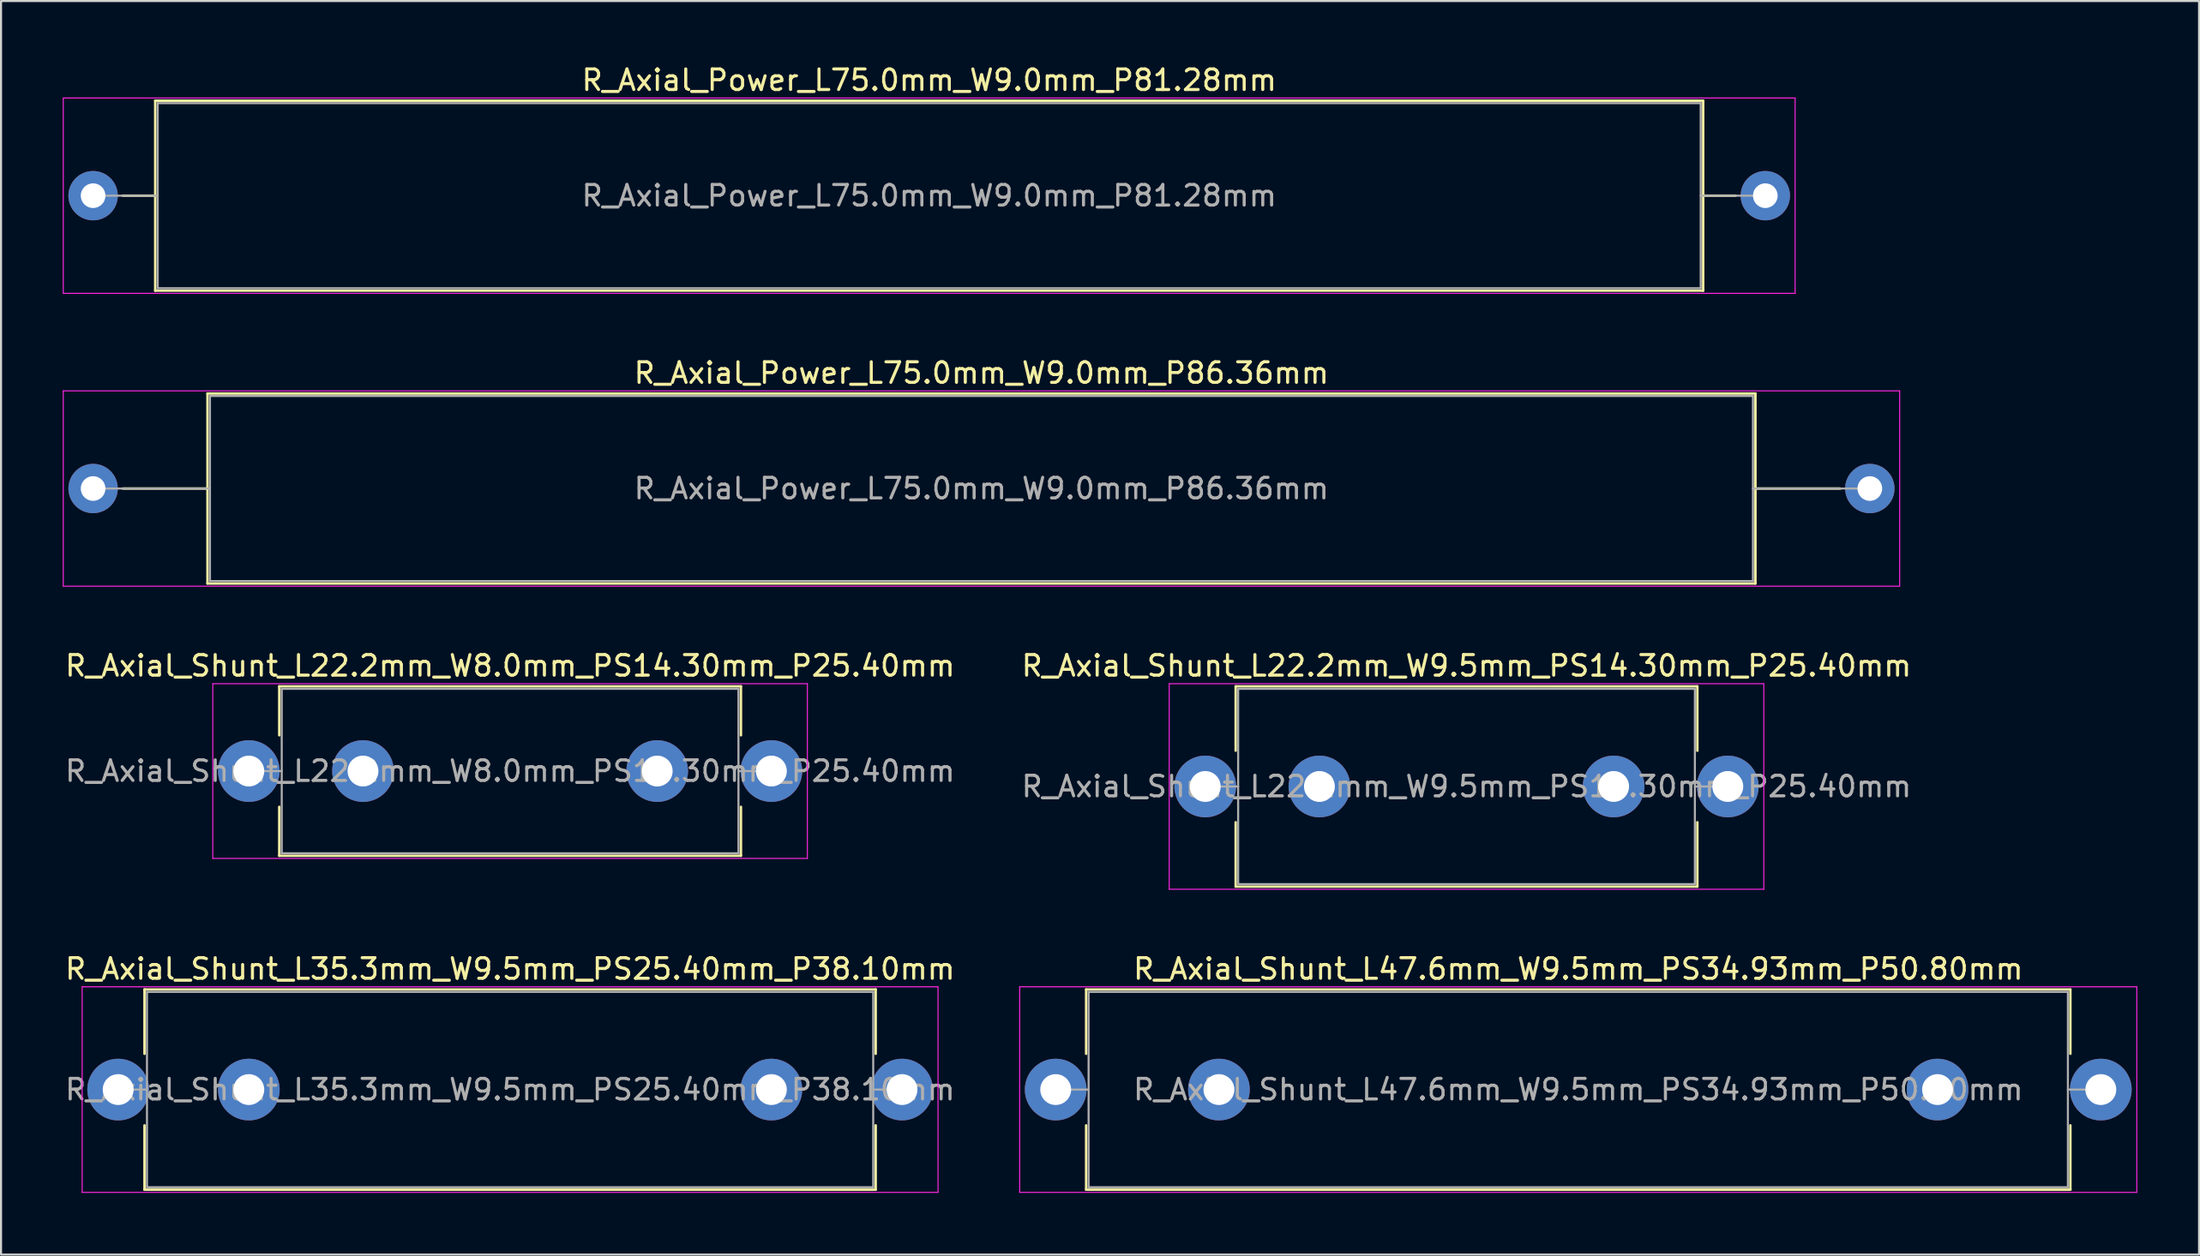
<source format=kicad_pcb>
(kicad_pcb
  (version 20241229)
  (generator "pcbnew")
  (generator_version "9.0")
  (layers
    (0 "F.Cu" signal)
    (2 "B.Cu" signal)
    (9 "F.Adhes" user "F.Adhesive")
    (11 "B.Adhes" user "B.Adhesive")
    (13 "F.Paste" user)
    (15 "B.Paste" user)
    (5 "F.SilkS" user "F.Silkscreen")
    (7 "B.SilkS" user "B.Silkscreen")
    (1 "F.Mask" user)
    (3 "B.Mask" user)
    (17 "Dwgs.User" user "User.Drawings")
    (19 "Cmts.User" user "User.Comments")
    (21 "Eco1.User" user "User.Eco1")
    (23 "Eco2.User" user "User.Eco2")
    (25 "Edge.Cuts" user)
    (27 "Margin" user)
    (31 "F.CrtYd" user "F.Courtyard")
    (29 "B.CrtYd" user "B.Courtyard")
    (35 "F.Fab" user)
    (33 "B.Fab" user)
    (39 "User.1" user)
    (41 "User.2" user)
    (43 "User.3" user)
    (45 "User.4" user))
  (footprint "R_Axial_Power_L75.0mm_W9.0mm_P81.28mm"
    (layer "F.Cu")
    (at 1.475 6.468)
    (property "Reference" "R_Axial_Power_L75.0mm_W9.0mm_P81.28mm" (at 40.64 -5.62 0) (layer "F.SilkS") (effects (font (size 1 1) (thickness 0.15))))
    (attr through_hole)
    (fp_line (start 1.44 0) (end 3.02 0) (stroke (width 0.12) (type solid)) (layer "F.SilkS"))
    (fp_line (start 3.02 -4.62) (end 3.02 4.62) (stroke (width 0.12) (type solid)) (layer "F.SilkS"))
    (fp_line (start 3.02 4.62) (end 78.26 4.62) (stroke (width 0.12) (type solid)) (layer "F.SilkS"))
    (fp_line (start 78.26 -4.62) (end 3.02 -4.62) (stroke (width 0.12) (type solid)) (layer "F.SilkS"))
    (fp_line (start 78.26 4.62) (end 78.26 -4.62) (stroke (width 0.12) (type solid)) (layer "F.SilkS"))
    (fp_line (start 79.84 0) (end 78.26 0) (stroke (width 0.12) (type solid)) (layer "F.SilkS"))
    (fp_line (start -1.45 -4.75) (end -1.45 4.75) (stroke (width 0.05) (type solid)) (layer "F.CrtYd"))
    (fp_line (start -1.45 4.75) (end 82.73 4.75) (stroke (width 0.05) (type solid)) (layer "F.CrtYd"))
    (fp_line (start 82.73 -4.75) (end -1.45 -4.75) (stroke (width 0.05) (type solid)) (layer "F.CrtYd"))
    (fp_line (start 82.73 4.75) (end 82.73 -4.75) (stroke (width 0.05) (type solid)) (layer "F.CrtYd"))
    (fp_line (start 0 0) (end 3.14 0) (stroke (width 0.1) (type solid)) (layer "F.Fab"))
    (fp_line (start 3.14 -4.5) (end 3.14 4.5) (stroke (width 0.1) (type solid)) (layer "F.Fab"))
    (fp_line (start 3.14 4.5) (end 78.14 4.5) (stroke (width 0.1) (type solid)) (layer "F.Fab"))
    (fp_line (start 78.14 -4.5) (end 3.14 -4.5) (stroke (width 0.1) (type solid)) (layer "F.Fab"))
    (fp_line (start 78.14 4.5) (end 78.14 -4.5) (stroke (width 0.1) (type solid)) (layer "F.Fab"))
    (fp_line (start 81.28 0) (end 78.14 0) (stroke (width 0.1) (type solid)) (layer "F.Fab"))
    (fp_text user "${REFERENCE}" (at 40.64 0 0) (layer "F.Fab") (effects (font (size 1 1) (thickness 0.15))))
    (pad "1" thru_hole circle (at 0 0) (size 2.4 2.4) (drill 1.2) (layers "*.Cu" "*.Mask"))
    (pad "2" thru_hole oval (at 81.28 0) (size 2.4 2.4) (drill 1.2) (layers "*.Cu" "*.Mask")))
  (footprint "R_Axial_Power_L75.0mm_W9.0mm_P86.36mm"
    (layer "F.Cu")
    (at 1.475 20.712)
    (property "Reference" "R_Axial_Power_L75.0mm_W9.0mm_P86.36mm" (at 43.18 -5.62 0) (layer "F.SilkS") (effects (font (size 1 1) (thickness 0.15))))
    (attr through_hole)
    (fp_line (start 1.44 0) (end 5.56 0) (stroke (width 0.12) (type solid)) (layer "F.SilkS"))
    (fp_line (start 5.56 -4.62) (end 5.56 4.62) (stroke (width 0.12) (type solid)) (layer "F.SilkS"))
    (fp_line (start 5.56 4.62) (end 80.8 4.62) (stroke (width 0.12) (type solid)) (layer "F.SilkS"))
    (fp_line (start 80.8 -4.62) (end 5.56 -4.62) (stroke (width 0.12) (type solid)) (layer "F.SilkS"))
    (fp_line (start 80.8 4.62) (end 80.8 -4.62) (stroke (width 0.12) (type solid)) (layer "F.SilkS"))
    (fp_line (start 84.92 0) (end 80.8 0) (stroke (width 0.12) (type solid)) (layer "F.SilkS"))
    (fp_line (start -1.45 -4.75) (end -1.45 4.75) (stroke (width 0.05) (type solid)) (layer "F.CrtYd"))
    (fp_line (start -1.45 4.75) (end 87.81 4.75) (stroke (width 0.05) (type solid)) (layer "F.CrtYd"))
    (fp_line (start 87.81 -4.75) (end -1.45 -4.75) (stroke (width 0.05) (type solid)) (layer "F.CrtYd"))
    (fp_line (start 87.81 4.75) (end 87.81 -4.75) (stroke (width 0.05) (type solid)) (layer "F.CrtYd"))
    (fp_line (start 0 0) (end 5.68 0) (stroke (width 0.1) (type solid)) (layer "F.Fab"))
    (fp_line (start 5.68 -4.5) (end 5.68 4.5) (stroke (width 0.1) (type solid)) (layer "F.Fab"))
    (fp_line (start 5.68 4.5) (end 80.68 4.5) (stroke (width 0.1) (type solid)) (layer "F.Fab"))
    (fp_line (start 80.68 -4.5) (end 5.68 -4.5) (stroke (width 0.1) (type solid)) (layer "F.Fab"))
    (fp_line (start 80.68 4.5) (end 80.68 -4.5) (stroke (width 0.1) (type solid)) (layer "F.Fab"))
    (fp_line (start 86.36 0) (end 80.68 0) (stroke (width 0.1) (type solid)) (layer "F.Fab"))
    (fp_text user "${REFERENCE}" (at 43.18 0 0) (layer "F.Fab") (effects (font (size 1 1) (thickness 0.15))))
    (pad "1" thru_hole circle (at 0 0) (size 2.4 2.4) (drill 1.2) (layers "*.Cu" "*.Mask"))
    (pad "2" thru_hole oval (at 86.36 0) (size 2.4 2.4) (drill 1.2) (layers "*.Cu" "*.Mask")))
  (footprint "R_Axial_Shunt_L22.2mm_W9.5mm_PS14.30mm_P25.40mm"
    (layer "F.Cu")
    (at 55.532 35.205)
    (property "Reference" "R_Axial_Shunt_L22.2mm_W9.5mm_PS14.30mm_P25.40mm" (at 12.7 -5.87 0) (layer "F.SilkS") (effects (font (size 1 1) (thickness 0.15))))
    (attr through_hole)
    (fp_line (start 1.48 -4.87) (end 23.92 -4.87) (stroke (width 0.12) (type solid)) (layer "F.SilkS"))
    (fp_line (start 1.48 -1.74) (end 1.48 -4.87) (stroke (width 0.12) (type solid)) (layer "F.SilkS"))
    (fp_line (start 1.48 1.74) (end 1.48 4.87) (stroke (width 0.12) (type solid)) (layer "F.SilkS"))
    (fp_line (start 1.48 4.87) (end 23.92 4.87) (stroke (width 0.12) (type solid)) (layer "F.SilkS"))
    (fp_line (start 23.92 -4.87) (end 23.92 -1.74) (stroke (width 0.12) (type solid)) (layer "F.SilkS"))
    (fp_line (start 23.92 4.87) (end 23.92 1.74) (stroke (width 0.12) (type solid)) (layer "F.SilkS"))
    (fp_line (start -1.75 -5) (end -1.75 5) (stroke (width 0.05) (type solid)) (layer "F.CrtYd"))
    (fp_line (start -1.75 5) (end 27.15 5) (stroke (width 0.05) (type solid)) (layer "F.CrtYd"))
    (fp_line (start 27.15 -5) (end -1.75 -5) (stroke (width 0.05) (type solid)) (layer "F.CrtYd"))
    (fp_line (start 27.15 5) (end 27.15 -5) (stroke (width 0.05) (type solid)) (layer "F.CrtYd"))
    (fp_line (start 0 0) (end 1.6 0) (stroke (width 0.1) (type solid)) (layer "F.Fab"))
    (fp_line (start 1.6 -4.75) (end 1.6 4.75) (stroke (width 0.1) (type solid)) (layer "F.Fab"))
    (fp_line (start 1.6 4.75) (end 23.8 4.75) (stroke (width 0.1) (type solid)) (layer "F.Fab"))
    (fp_line (start 23.8 -4.75) (end 1.6 -4.75) (stroke (width 0.1) (type solid)) (layer "F.Fab"))
    (fp_line (start 23.8 4.75) (end 23.8 -4.75) (stroke (width 0.1) (type solid)) (layer "F.Fab"))
    (fp_line (start 25.4 0) (end 23.8 0) (stroke (width 0.1) (type solid)) (layer "F.Fab"))
    (fp_text user "${REFERENCE}" (at 12.7 0 0) (layer "F.Fab") (effects (font (size 1 1) (thickness 0.15))))
    (pad "1" thru_hole circle (at 0 0) (size 3 3) (drill 1.5) (layers "*.Cu" "*.Mask"))
    (pad "2" thru_hole oval (at 5.55 0) (size 3 3) (drill 1.5) (layers "*.Cu" "*.Mask"))
    (pad "3" thru_hole oval (at 19.85 0) (size 3 3) (drill 1.5) (layers "*.Cu" "*.Mask"))
    (pad "4" thru_hole oval (at 25.4 0) (size 3 3) (drill 1.5) (layers "*.Cu" "*.Mask")))
  (footprint "R_Axial_Shunt_L47.6mm_W9.5mm_PS34.93mm_P50.80mm"
    (layer "F.Cu")
    (at 48.263 49.948)
    (property "Reference" "R_Axial_Shunt_L47.6mm_W9.5mm_PS34.93mm_P50.80mm" (at 25.4 -5.87 0) (layer "F.SilkS") (effects (font (size 1 1) (thickness 0.15))))
    (attr through_hole)
    (fp_line (start 1.48 -4.87) (end 49.32 -4.87) (stroke (width 0.12) (type solid)) (layer "F.SilkS"))
    (fp_line (start 1.48 -1.74) (end 1.48 -4.87) (stroke (width 0.12) (type solid)) (layer "F.SilkS"))
    (fp_line (start 1.48 1.74) (end 1.48 4.87) (stroke (width 0.12) (type solid)) (layer "F.SilkS"))
    (fp_line (start 1.48 4.87) (end 49.32 4.87) (stroke (width 0.12) (type solid)) (layer "F.SilkS"))
    (fp_line (start 49.32 -4.87) (end 49.32 -1.74) (stroke (width 0.12) (type solid)) (layer "F.SilkS"))
    (fp_line (start 49.32 4.87) (end 49.32 1.74) (stroke (width 0.12) (type solid)) (layer "F.SilkS"))
    (fp_line (start -1.75 -5) (end -1.75 5) (stroke (width 0.05) (type solid)) (layer "F.CrtYd"))
    (fp_line (start -1.75 5) (end 52.55 5) (stroke (width 0.05) (type solid)) (layer "F.CrtYd"))
    (fp_line (start 52.55 -5) (end -1.75 -5) (stroke (width 0.05) (type solid)) (layer "F.CrtYd"))
    (fp_line (start 52.55 5) (end 52.55 -5) (stroke (width 0.05) (type solid)) (layer "F.CrtYd"))
    (fp_line (start 0 0) (end 1.6 0) (stroke (width 0.1) (type solid)) (layer "F.Fab"))
    (fp_line (start 1.6 -4.75) (end 1.6 4.75) (stroke (width 0.1) (type solid)) (layer "F.Fab"))
    (fp_line (start 1.6 4.75) (end 49.2 4.75) (stroke (width 0.1) (type solid)) (layer "F.Fab"))
    (fp_line (start 49.2 -4.75) (end 1.6 -4.75) (stroke (width 0.1) (type solid)) (layer "F.Fab"))
    (fp_line (start 49.2 4.75) (end 49.2 -4.75) (stroke (width 0.1) (type solid)) (layer "F.Fab"))
    (fp_line (start 50.8 0) (end 49.2 0) (stroke (width 0.1) (type solid)) (layer "F.Fab"))
    (fp_text user "${REFERENCE}" (at 25.4 0 0) (layer "F.Fab") (effects (font (size 1 1) (thickness 0.15))))
    (pad "1" thru_hole circle (at 0 0) (size 3 3) (drill 1.5) (layers "*.Cu" "*.Mask"))
    (pad "2" thru_hole oval (at 7.935 0) (size 3 3) (drill 1.5) (layers "*.Cu" "*.Mask"))
    (pad "3" thru_hole oval (at 42.865 0) (size 3 3) (drill 1.5) (layers "*.Cu" "*.Mask"))
    (pad "4" thru_hole oval (at 50.8 0) (size 3 3) (drill 1.5) (layers "*.Cu" "*.Mask")))
  (footprint "R_Axial_Shunt_L35.3mm_W9.5mm_PS25.40mm_P38.10mm"
    (layer "F.Cu")
    (at 2.694 49.948)
    (property "Reference" "R_Axial_Shunt_L35.3mm_W9.5mm_PS25.40mm_P38.10mm" (at 19.05 -5.87 0) (layer "F.SilkS") (effects (font (size 1 1) (thickness 0.15))))
    (attr through_hole)
    (fp_line (start 1.28 -4.87) (end 36.82 -4.87) (stroke (width 0.12) (type solid)) (layer "F.SilkS"))
    (fp_line (start 1.28 -1.74) (end 1.28 -4.87) (stroke (width 0.12) (type solid)) (layer "F.SilkS"))
    (fp_line (start 1.28 1.74) (end 1.28 4.87) (stroke (width 0.12) (type solid)) (layer "F.SilkS"))
    (fp_line (start 1.28 4.87) (end 36.82 4.87) (stroke (width 0.12) (type solid)) (layer "F.SilkS"))
    (fp_line (start 36.82 -4.87) (end 36.82 -1.74) (stroke (width 0.12) (type solid)) (layer "F.SilkS"))
    (fp_line (start 36.82 4.87) (end 36.82 1.74) (stroke (width 0.12) (type solid)) (layer "F.SilkS"))
    (fp_line (start -1.75 -5) (end -1.75 5) (stroke (width 0.05) (type solid)) (layer "F.CrtYd"))
    (fp_line (start -1.75 5) (end 39.85 5) (stroke (width 0.05) (type solid)) (layer "F.CrtYd"))
    (fp_line (start 39.85 -5) (end -1.75 -5) (stroke (width 0.05) (type solid)) (layer "F.CrtYd"))
    (fp_line (start 39.85 5) (end 39.85 -5) (stroke (width 0.05) (type solid)) (layer "F.CrtYd"))
    (fp_line (start 0 0) (end 1.4 0) (stroke (width 0.1) (type solid)) (layer "F.Fab"))
    (fp_line (start 1.4 -4.75) (end 1.4 4.75) (stroke (width 0.1) (type solid)) (layer "F.Fab"))
    (fp_line (start 1.4 4.75) (end 36.7 4.75) (stroke (width 0.1) (type solid)) (layer "F.Fab"))
    (fp_line (start 36.7 -4.75) (end 1.4 -4.75) (stroke (width 0.1) (type solid)) (layer "F.Fab"))
    (fp_line (start 36.7 4.75) (end 36.7 -4.75) (stroke (width 0.1) (type solid)) (layer "F.Fab"))
    (fp_line (start 38.1 0) (end 36.7 0) (stroke (width 0.1) (type solid)) (layer "F.Fab"))
    (fp_text user "${REFERENCE}" (at 19.05 0 0) (layer "F.Fab") (effects (font (size 1 1) (thickness 0.15))))
    (pad "1" thru_hole circle (at 0 0) (size 3 3) (drill 1.5) (layers "*.Cu" "*.Mask"))
    (pad "2" thru_hole oval (at 6.35 0) (size 3 3) (drill 1.5) (layers "*.Cu" "*.Mask"))
    (pad "3" thru_hole oval (at 31.75 0) (size 3 3) (drill 1.5) (layers "*.Cu" "*.Mask"))
    (pad "4" thru_hole oval (at 38.1 0) (size 3 3) (drill 1.5) (layers "*.Cu" "*.Mask")))
  (footprint "R_Axial_Shunt_L22.2mm_W8.0mm_PS14.30mm_P25.40mm"
    (layer "F.Cu")
    (at 9.044 34.455)
    (property "Reference" "R_Axial_Shunt_L22.2mm_W8.0mm_PS14.30mm_P25.40mm" (at 12.7 -5.12 0) (layer "F.SilkS") (effects (font (size 1 1) (thickness 0.15))))
    (attr through_hole)
    (fp_line (start 1.48 -4.12) (end 23.92 -4.12) (stroke (width 0.12) (type solid)) (layer "F.SilkS"))
    (fp_line (start 1.48 -1.74) (end 1.48 -4.12) (stroke (width 0.12) (type solid)) (layer "F.SilkS"))
    (fp_line (start 1.48 1.74) (end 1.48 4.12) (stroke (width 0.12) (type solid)) (layer "F.SilkS"))
    (fp_line (start 1.48 4.12) (end 23.92 4.12) (stroke (width 0.12) (type solid)) (layer "F.SilkS"))
    (fp_line (start 23.92 -4.12) (end 23.92 -1.74) (stroke (width 0.12) (type solid)) (layer "F.SilkS"))
    (fp_line (start 23.92 4.12) (end 23.92 1.74) (stroke (width 0.12) (type solid)) (layer "F.SilkS"))
    (fp_line (start -1.75 -4.25) (end -1.75 4.25) (stroke (width 0.05) (type solid)) (layer "F.CrtYd"))
    (fp_line (start -1.75 4.25) (end 27.15 4.25) (stroke (width 0.05) (type solid)) (layer "F.CrtYd"))
    (fp_line (start 27.15 -4.25) (end -1.75 -4.25) (stroke (width 0.05) (type solid)) (layer "F.CrtYd"))
    (fp_line (start 27.15 4.25) (end 27.15 -4.25) (stroke (width 0.05) (type solid)) (layer "F.CrtYd"))
    (fp_line (start 0 0) (end 1.6 0) (stroke (width 0.1) (type solid)) (layer "F.Fab"))
    (fp_line (start 1.6 -4) (end 1.6 4) (stroke (width 0.1) (type solid)) (layer "F.Fab"))
    (fp_line (start 1.6 4) (end 23.8 4) (stroke (width 0.1) (type solid)) (layer "F.Fab"))
    (fp_line (start 23.8 -4) (end 1.6 -4) (stroke (width 0.1) (type solid)) (layer "F.Fab"))
    (fp_line (start 23.8 4) (end 23.8 -4) (stroke (width 0.1) (type solid)) (layer "F.Fab"))
    (fp_line (start 25.4 0) (end 23.8 0) (stroke (width 0.1) (type solid)) (layer "F.Fab"))
    (fp_text user "${REFERENCE}" (at 12.7 0 0) (layer "F.Fab") (effects (font (size 1 1) (thickness 0.15))))
    (pad "1" thru_hole circle (at 0 0) (size 3 3) (drill 1.5) (layers "*.Cu" "*.Mask"))
    (pad "2" thru_hole oval (at 5.55 0) (size 3 3) (drill 1.5) (layers "*.Cu" "*.Mask"))
    (pad "3" thru_hole oval (at 19.85 0) (size 3 3) (drill 1.5) (layers "*.Cu" "*.Mask"))
    (pad "4" thru_hole oval (at 25.4 0) (size 3 3) (drill 1.5) (layers "*.Cu" "*.Mask")))
  (gr_rect
    (start -3 -3)
    (end 103.838 57.973)
    (stroke (width 0.1) (type default))
    (fill no)
    (layer "Edge.Cuts")))
</source>
